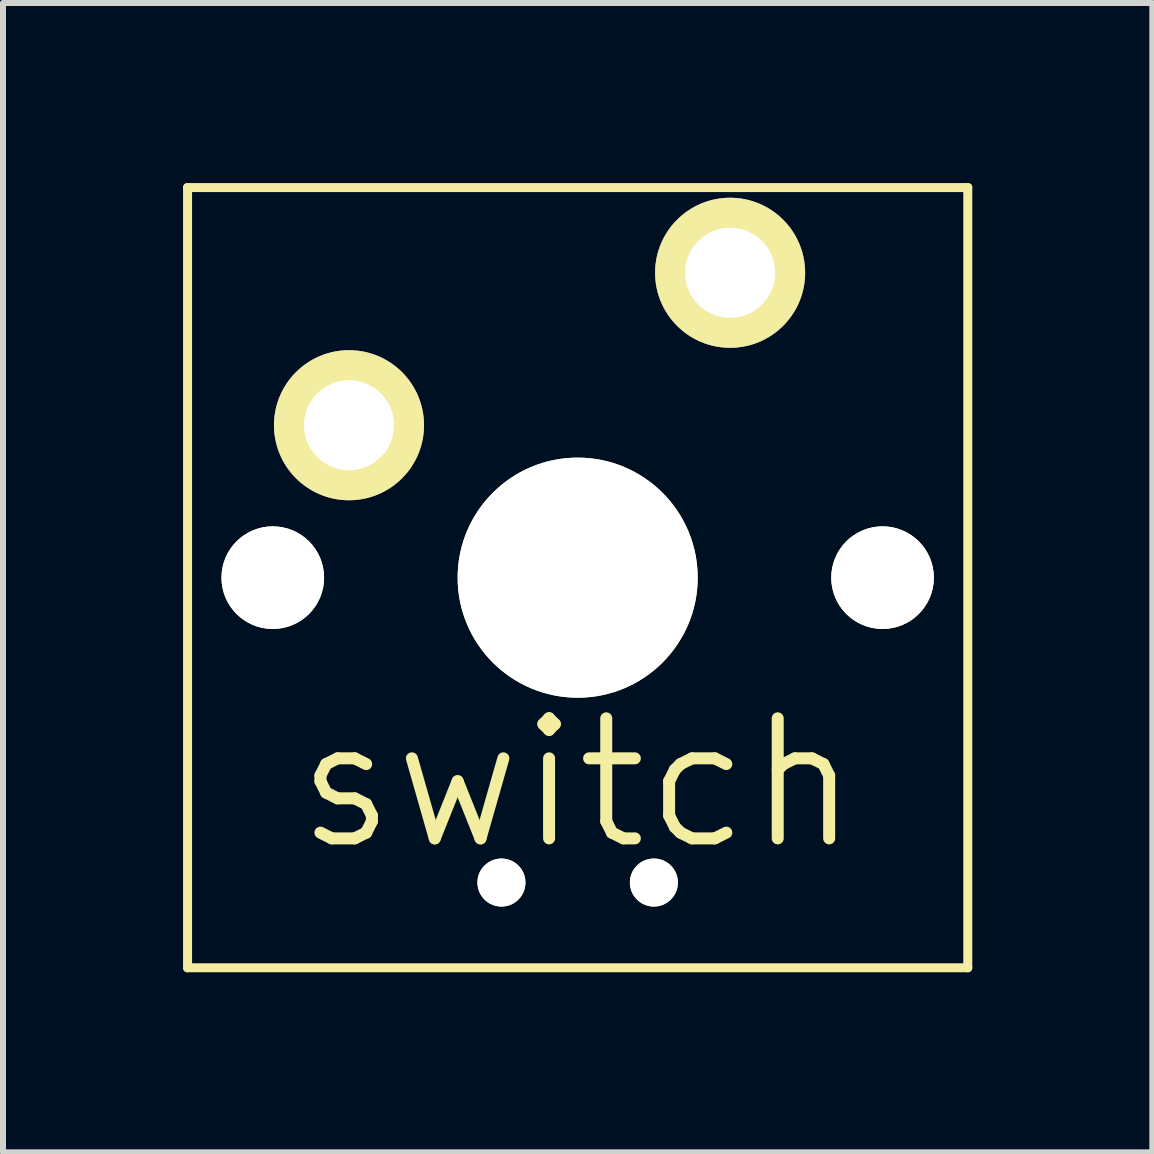
<source format=kicad_pcb>
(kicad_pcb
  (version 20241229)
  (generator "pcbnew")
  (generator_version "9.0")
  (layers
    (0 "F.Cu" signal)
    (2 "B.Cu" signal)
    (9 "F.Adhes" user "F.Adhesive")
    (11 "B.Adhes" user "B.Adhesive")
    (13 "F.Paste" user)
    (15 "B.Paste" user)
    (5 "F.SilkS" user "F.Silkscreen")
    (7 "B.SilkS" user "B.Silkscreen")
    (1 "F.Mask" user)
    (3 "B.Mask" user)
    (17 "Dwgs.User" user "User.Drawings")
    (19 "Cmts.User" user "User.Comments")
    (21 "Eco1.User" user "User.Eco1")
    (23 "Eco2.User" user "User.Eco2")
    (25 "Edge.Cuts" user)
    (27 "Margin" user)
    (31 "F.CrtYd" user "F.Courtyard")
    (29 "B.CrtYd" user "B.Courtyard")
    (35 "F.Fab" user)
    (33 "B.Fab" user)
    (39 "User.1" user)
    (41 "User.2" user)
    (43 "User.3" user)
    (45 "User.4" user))
  (footprint "switch"
    (layer "F.Cu")
    (at 6.575 6.575)
    (property "Reference" "switch" (at 0 3.429 0) (layer "F.SilkS") (effects (font (size 2 2) (thickness 0.2))))
    (attr through_hole)
    (fp_line (start -6.5 -6.5) (end 6.5 -6.5) (stroke (width 0.15) (type solid)) (layer "F.SilkS"))
    (fp_line (start -6.5 6.5) (end -6.5 -6.5) (stroke (width 0.15) (type solid)) (layer "F.SilkS"))
    (fp_line (start 6.5 -6.5) (end 6.5 6.5) (stroke (width 0.15) (type solid)) (layer "F.SilkS"))
    (fp_line (start 6.5 6.5) (end -6.5 6.5) (stroke (width 0.15) (type solid)) (layer "F.SilkS"))
    (pad "" np_thru_hole circle (at -5.08 0) (size 1.71 1.71) (drill 1.71) (layers "*.Cu" "*.Mask" "F.SilkS"))
    (pad "" np_thru_hole circle (at -1.27 5.08) (size 0.8 0.8) (drill 0.8) (layers "*.Cu" "*.Mask" "F.SilkS"))
    (pad "" np_thru_hole circle (at 0 0) (size 4 4) (drill 4) (layers "*.Cu" "*.Mask" "F.SilkS"))
    (pad "" np_thru_hole circle (at 1.27 5.08) (size 0.8 0.8) (drill 0.8) (layers "*.Cu" "*.Mask" "F.SilkS"))
    (pad "" np_thru_hole circle (at 5.08 0) (size 1.71 1.71) (drill 1.71) (layers "*.Cu" "*.Mask" "F.SilkS"))
    (pad "1" thru_hole circle (at -3.81 -2.54) (size 2.5 2.5) (drill 1.5) (layers "*.Cu" "*.Mask" "F.SilkS"))
    (pad "2" thru_hole circle (at 2.54 -5.08) (size 2.5 2.5) (drill 1.5) (layers "*.Cu" "*.Mask" "F.SilkS")))
  (gr_rect
    (start -3 -3)
    (end 16.15 16.15)
    (stroke (width 0.1) (type default))
    (fill no)
    (layer "Edge.Cuts")))
</source>
